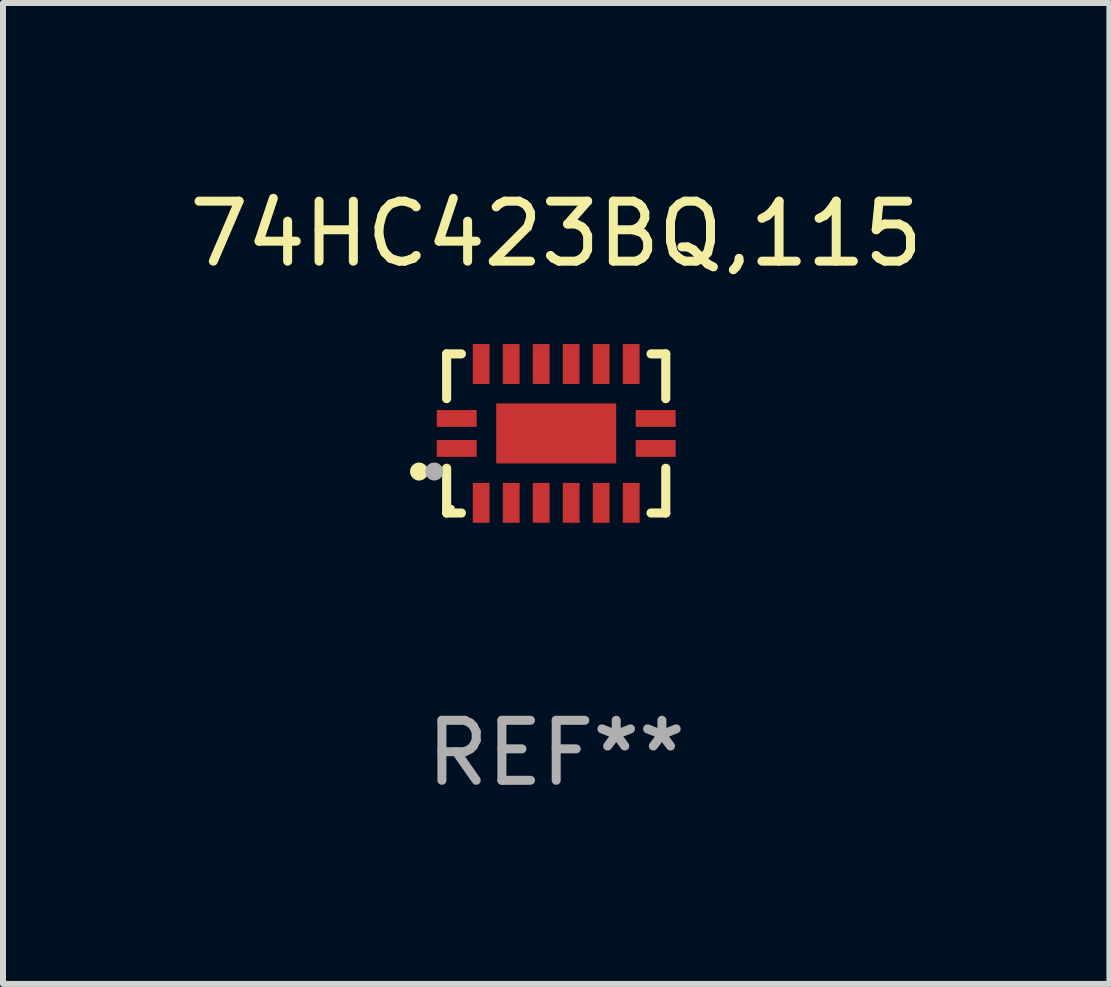
<source format=kicad_pcb>
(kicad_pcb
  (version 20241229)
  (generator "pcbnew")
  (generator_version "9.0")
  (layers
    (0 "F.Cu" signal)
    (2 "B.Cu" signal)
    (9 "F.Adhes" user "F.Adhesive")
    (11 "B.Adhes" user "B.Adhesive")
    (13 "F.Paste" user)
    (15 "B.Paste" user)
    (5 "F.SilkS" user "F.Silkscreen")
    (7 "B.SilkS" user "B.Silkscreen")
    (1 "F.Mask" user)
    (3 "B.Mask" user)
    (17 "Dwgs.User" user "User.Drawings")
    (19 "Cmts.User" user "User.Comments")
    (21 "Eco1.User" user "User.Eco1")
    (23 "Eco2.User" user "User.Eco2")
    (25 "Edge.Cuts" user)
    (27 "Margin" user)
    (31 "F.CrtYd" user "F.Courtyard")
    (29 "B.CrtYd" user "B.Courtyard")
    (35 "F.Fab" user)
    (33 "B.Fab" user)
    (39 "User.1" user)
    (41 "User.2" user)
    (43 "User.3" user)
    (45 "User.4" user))
  (footprint "74HC423BQ,115"
    (layer "F.Cu")
    (at 6.22 4.174)
    (property "Reference" "74HC423BQ,115" (at 0 -3.326 0) (layer "F.SilkS") (effects (font (size 1 1) (thickness 0.15))))
    (attr through_hole)
    (fp_line (start -1.826 -1.326) (end -1.58 -1.326) (stroke (width 0.152) (type solid)) (layer "F.SilkS"))
    (fp_line (start -1.826 -0.58) (end -1.826 -1.326) (stroke (width 0.152) (type solid)) (layer "F.SilkS"))
    (fp_line (start -1.826 0.58) (end -1.826 1.326) (stroke (width 0.152) (type solid)) (layer "F.SilkS"))
    (fp_line (start -1.826 1.326) (end -1.58 1.326) (stroke (width 0.152) (type solid)) (layer "F.SilkS"))
    (fp_line (start 1.826 -1.326) (end 1.58 -1.326) (stroke (width 0.152) (type solid)) (layer "F.SilkS"))
    (fp_line (start 1.826 -0.58) (end 1.826 -1.326) (stroke (width 0.152) (type solid)) (layer "F.SilkS"))
    (fp_line (start 1.826 0.58) (end 1.826 1.326) (stroke (width 0.152) (type solid)) (layer "F.SilkS"))
    (fp_line (start 1.826 1.326) (end 1.58 1.326) (stroke (width 0.152) (type solid)) (layer "F.SilkS"))
    (fp_circle (center -2.286 0.635) (end -2.211 0.635) (stroke (width 0.15) (type solid)) (fill no) (layer "F.SilkS"))
    (fp_circle (center -1.75 1.25) (end -1.72 1.25) (stroke (width 0.06) (type solid)) (fill no) (layer "F.SilkS"))
    (fp_circle (center -2.032 0.635) (end -1.957 0.635) (stroke (width 0.15) (type solid)) (fill no) (layer "F.Fab"))
    (fp_text user "REF**" (at 0 5.326 0) (layer "F.Fab") (effects (font (size 1 1) (thickness 0.15))))
    (pad "1" smd rect (at -1.658 0.25) (size 0.665 0.28) (layers "F.Cu" "F.Mask" "F.Paste"))
    (pad "2" smd rect (at -1.25 1.157) (size 0.28 0.665) (layers "F.Cu" "F.Mask" "F.Paste"))
    (pad "3" smd rect (at -0.75 1.157) (size 0.28 0.665) (layers "F.Cu" "F.Mask" "F.Paste"))
    (pad "4" smd rect (at -0.25 1.157) (size 0.28 0.665) (layers "F.Cu" "F.Mask" "F.Paste"))
    (pad "5" smd rect (at 0.25 1.157) (size 0.28 0.665) (layers "F.Cu" "F.Mask" "F.Paste"))
    (pad "6" smd rect (at 0.75 1.157) (size 0.28 0.665) (layers "F.Cu" "F.Mask" "F.Paste"))
    (pad "7" smd rect (at 1.25 1.157) (size 0.28 0.665) (layers "F.Cu" "F.Mask" "F.Paste"))
    (pad "8" smd rect (at 1.658 0.25) (size 0.665 0.28) (layers "F.Cu" "F.Mask" "F.Paste"))
    (pad "9" smd rect (at 1.658 -0.25) (size 0.665 0.28) (layers "F.Cu" "F.Mask" "F.Paste"))
    (pad "10" smd rect (at 1.25 -1.157) (size 0.28 0.665) (layers "F.Cu" "F.Mask" "F.Paste"))
    (pad "11" smd rect (at 0.75 -1.157) (size 0.28 0.665) (layers "F.Cu" "F.Mask" "F.Paste"))
    (pad "12" smd rect (at 0.25 -1.157) (size 0.28 0.665) (layers "F.Cu" "F.Mask" "F.Paste"))
    (pad "13" smd rect (at -0.25 -1.157) (size 0.28 0.665) (layers "F.Cu" "F.Mask" "F.Paste"))
    (pad "14" smd rect (at -0.75 -1.157) (size 0.28 0.665) (layers "F.Cu" "F.Mask" "F.Paste"))
    (pad "15" smd rect (at -1.25 -1.157) (size 0.28 0.665) (layers "F.Cu" "F.Mask" "F.Paste"))
    (pad "16" smd rect (at -1.658 -0.25) (size 0.665 0.28) (layers "F.Cu" "F.Mask" "F.Paste"))
    (pad "17" smd rect (at 0 0) (size 2 1) (layers "F.Cu" "F.Mask" "F.Paste")))
  (gr_rect
    (start -3 -3)
    (end 15.44 13.349)
    (stroke (width 0.1) (type default))
    (fill no)
    (layer "Edge.Cuts")))
</source>
